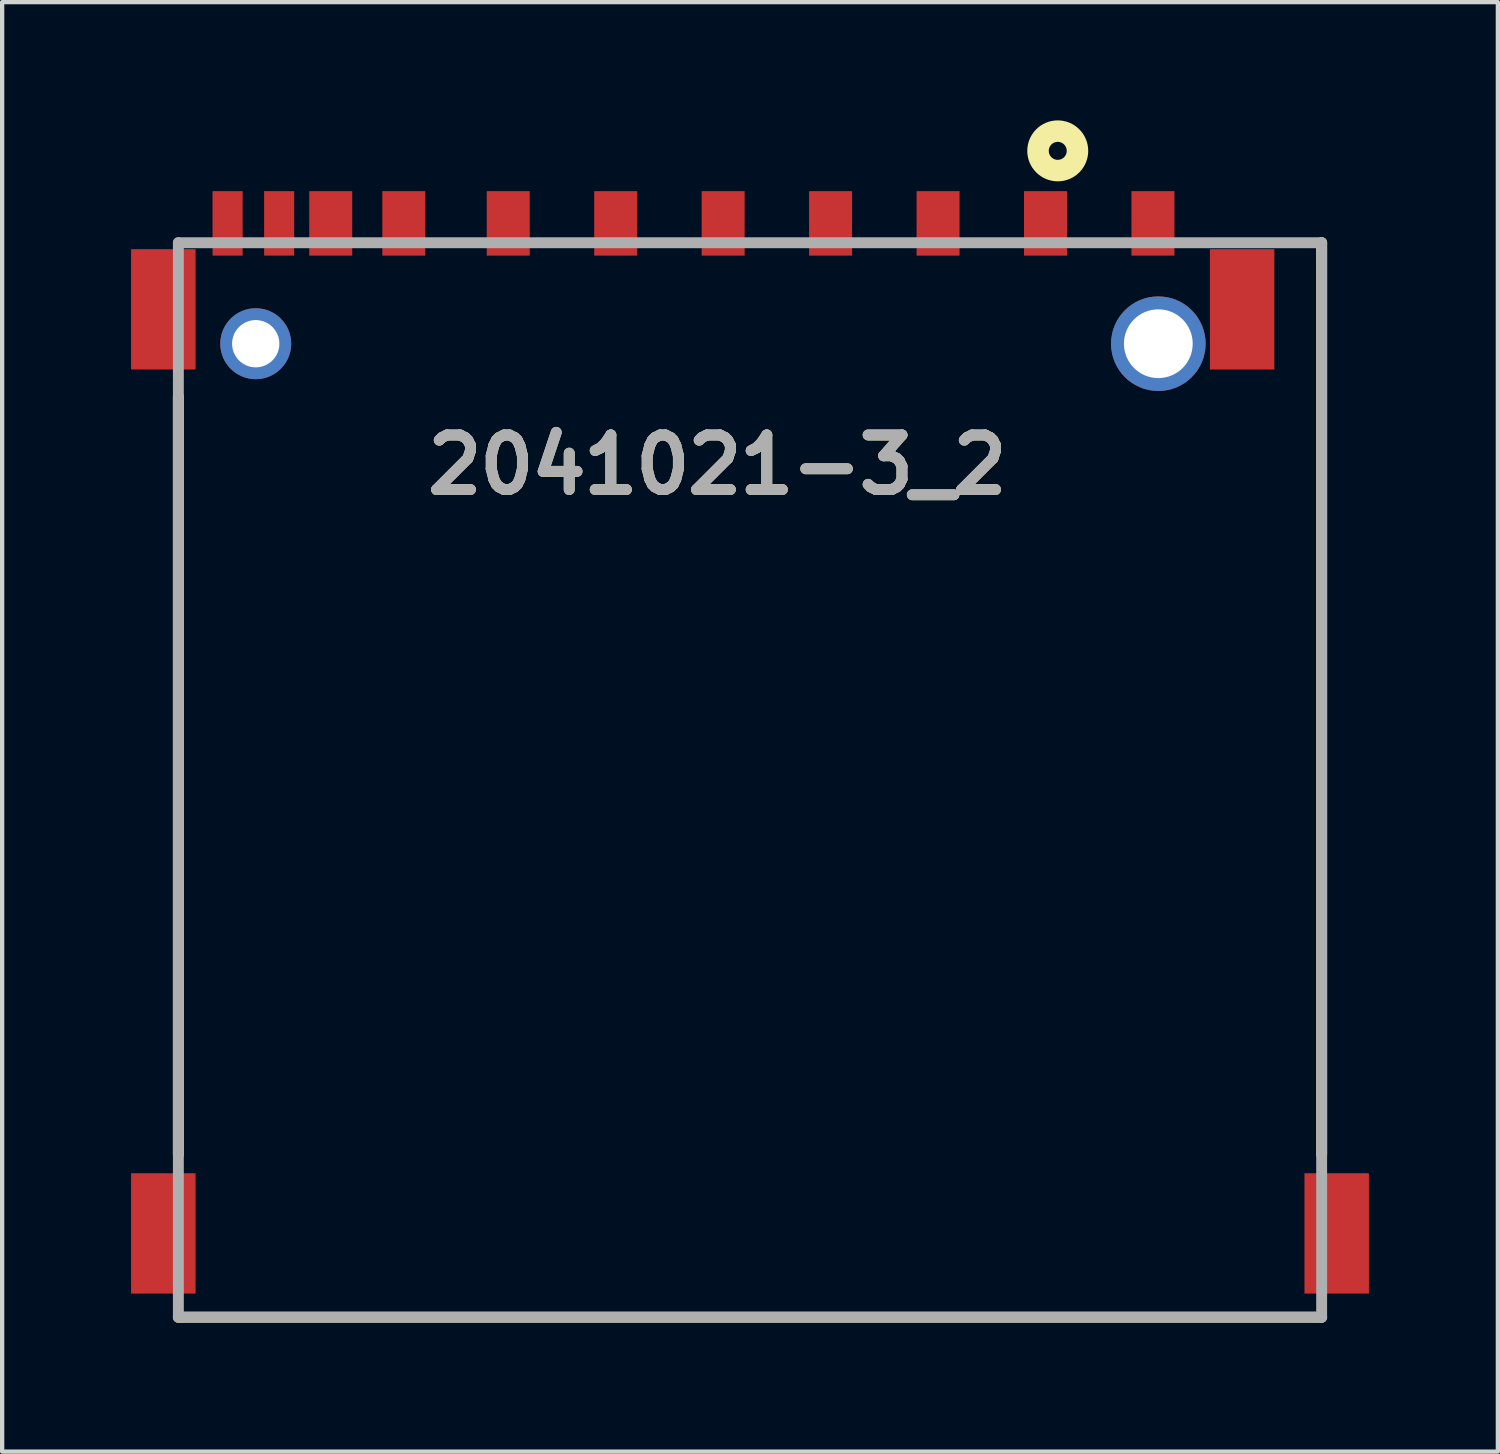
<source format=kicad_pcb>
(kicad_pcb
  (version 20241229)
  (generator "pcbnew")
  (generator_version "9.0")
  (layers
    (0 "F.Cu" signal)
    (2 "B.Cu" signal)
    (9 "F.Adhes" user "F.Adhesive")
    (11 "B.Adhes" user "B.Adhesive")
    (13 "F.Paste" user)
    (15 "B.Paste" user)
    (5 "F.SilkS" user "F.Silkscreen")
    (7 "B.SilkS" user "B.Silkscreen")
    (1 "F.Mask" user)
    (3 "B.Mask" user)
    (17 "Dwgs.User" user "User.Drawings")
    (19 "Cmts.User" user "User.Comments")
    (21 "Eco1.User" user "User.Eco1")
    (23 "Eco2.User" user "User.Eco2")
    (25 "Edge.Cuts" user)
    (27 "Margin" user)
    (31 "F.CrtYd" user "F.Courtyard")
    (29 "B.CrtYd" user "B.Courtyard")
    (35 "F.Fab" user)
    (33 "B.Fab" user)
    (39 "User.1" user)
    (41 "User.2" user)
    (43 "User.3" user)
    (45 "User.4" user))
  (footprint "2041021-3_2"
    (layer "F.Cu")
    (at 1.1 2.597)
    (property "Reference" "2041021-3_2" (at 12.541 5.169 0) (layer "F.SilkS") (effects (font (size 1.27 1.27) (thickness 0.254))))
    (attr through_hole)
    (fp_line (start 0 3.587) (end 0 21.214) (stroke (width 0.254) (type solid)) (layer "F.SilkS"))
    (fp_line (start 0 25) (end 26.6 25) (stroke (width 0.254) (type solid)) (layer "F.SilkS"))
    (fp_line (start 26.6 0) (end 26.6 21.214) (stroke (width 0.254) (type solid)) (layer "F.SilkS"))
    (fp_circle (center 20.46 -2.137) (end 20.46 -1.928) (stroke (width 0.5) (type solid)) (fill no) (layer "F.SilkS"))
    (fp_line (start 0 0) (end 26.6 0) (stroke (width 0.254) (type solid)) (layer "F.Fab"))
    (fp_line (start 0 25) (end 0 0) (stroke (width 0.254) (type solid)) (layer "F.Fab"))
    (fp_line (start 26.6 0) (end 26.6 25) (stroke (width 0.254) (type solid)) (layer "F.Fab"))
    (fp_line (start 26.6 25) (end 0 25) (stroke (width 0.254) (type solid)) (layer "F.Fab"))
    (fp_text user "${REFERENCE}" (at 12.541 5.169 0) (layer "F.Fab") (effects (font (size 1.27 1.27) (thickness 0.254))))
    (pad "1" smd rect (at 20.175 -0.45) (size 1 1.5) (layers "F.Cu" "F.Mask" "F.Paste"))
    (pad "2" smd rect (at 17.675 -0.45) (size 1 1.5) (layers "F.Cu" "F.Mask" "F.Paste"))
    (pad "3" smd rect (at 15.175 -0.45) (size 1 1.5) (layers "F.Cu" "F.Mask" "F.Paste"))
    (pad "4" smd rect (at 12.675 -0.45) (size 1 1.5) (layers "F.Cu" "F.Mask" "F.Paste"))
    (pad "5" smd rect (at 10.175 -0.45) (size 1 1.5) (layers "F.Cu" "F.Mask" "F.Paste"))
    (pad "6" smd rect (at 7.675 -0.45) (size 1 1.5) (layers "F.Cu" "F.Mask" "F.Paste"))
    (pad "7" smd rect (at 5.245 -0.45) (size 1 1.5) (layers "F.Cu" "F.Mask" "F.Paste"))
    (pad "8" smd rect (at 3.545 -0.45) (size 1 1.5) (layers "F.Cu" "F.Mask" "F.Paste"))
    (pad "9" smd rect (at 22.675 -0.45) (size 1 1.5) (layers "F.Cu" "F.Mask" "F.Paste"))
    (pad "10" smd rect (at 2.345 -0.45) (size 0.7 1.5) (layers "F.Cu" "F.Mask" "F.Paste"))
    (pad "11" smd rect (at 1.145 -0.45) (size 0.7 1.5) (layers "F.Cu" "F.Mask" "F.Paste"))
    (pad "12" smd rect (at -0.35 23.05) (size 1.5 2.8) (layers "F.Cu" "F.Mask" "F.Paste"))
    (pad "13" smd rect (at 26.95 23.05) (size 1.5 2.8) (layers "F.Cu" "F.Mask" "F.Paste"))
    (pad "14" smd rect (at -0.35 1.55) (size 1.5 2.8) (layers "F.Cu" "F.Mask" "F.Paste"))
    (pad "15" smd rect (at 24.75 1.55) (size 1.5 2.8) (layers "F.Cu" "F.Mask" "F.Paste"))
    (pad "16" thru_hole circle (at 1.8 2.35) (size 1.65 1.65) (drill 1.1) (layers "*.Cu" "*.Mask"))
    (pad "17" thru_hole circle (at 22.8 2.35) (size 2.2 2.2) (drill 1.6) (layers "*.Cu" "*.Mask")))
  (gr_rect
    (start -3 -3)
    (end 31.8 30.724)
    (stroke (width 0.1) (type default))
    (fill no)
    (layer "Edge.Cuts")))
</source>
